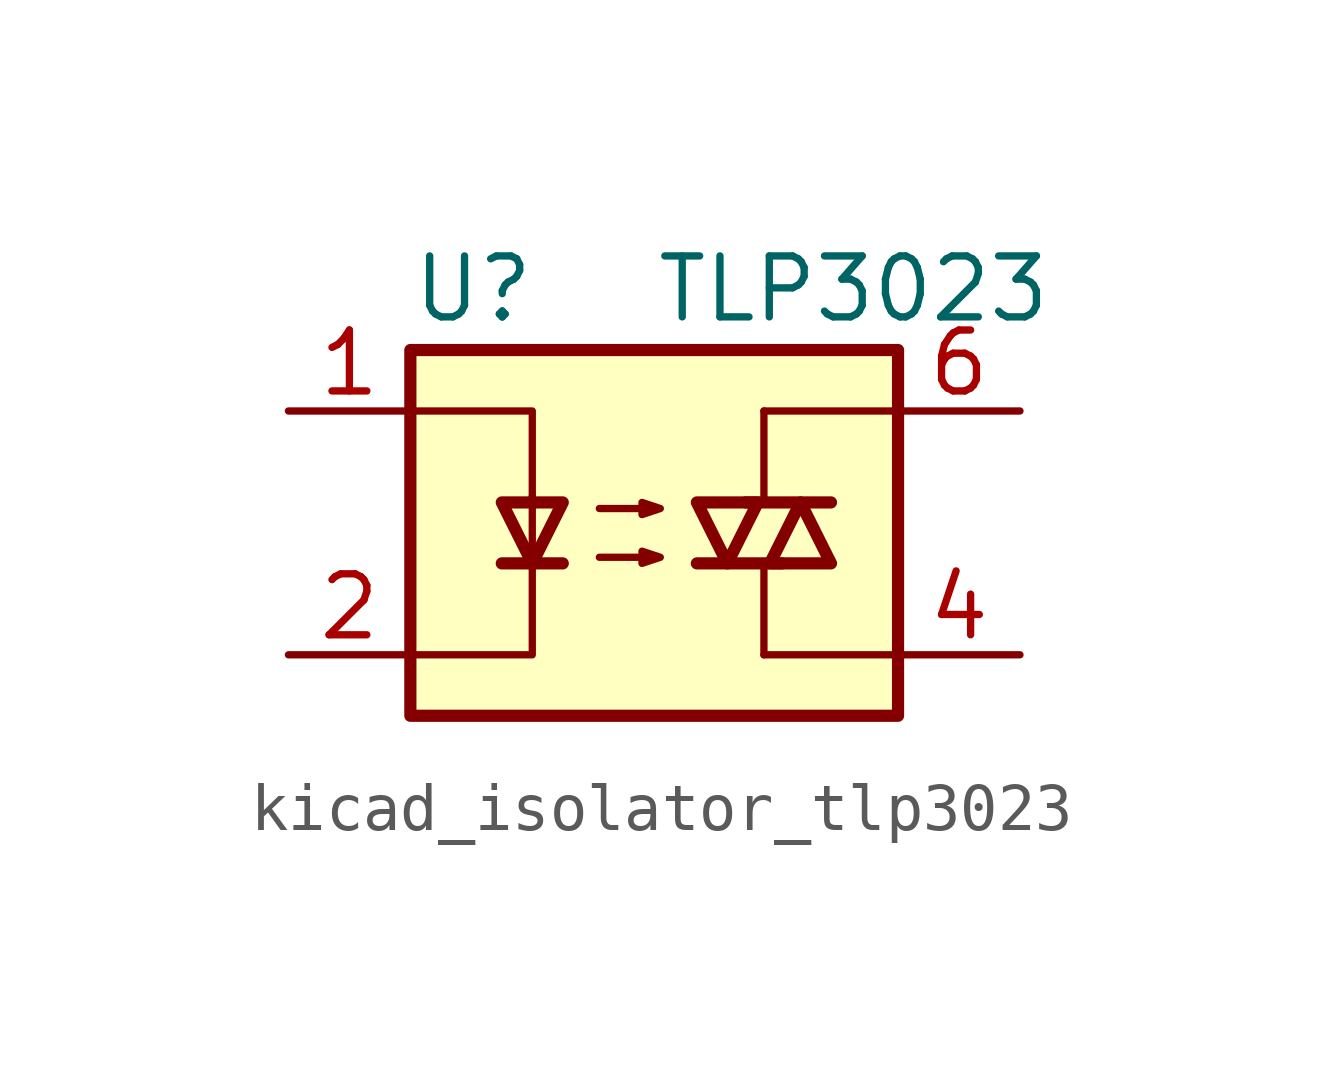
<source format=kicad_sym>
(kicad_symbol_lib
  (version 20220914)
  (generator kicad_symbol_editor)
  (symbol "kicad_isolator_tlp3023"
    (pin_names
      (offset 1.016))
    (property "Reference" "U"
      (at -5.08 5.08 0)
      (effects (font (size 1.27 1.27)) (justify left)))
    (property "Value" "TLP3023"
      (at 0 5.08 0)
      (effects (font (size 1.27 1.27)) (justify left)))
    (symbol "kicad_isolator_tlp3023_0_1"
      (rectangle (start -5.08 3.81) (end 5.08 -3.81) (stroke (width 0.254) (type default)) (fill (type background)))
      (polyline (pts (xy -3.175 -0.635) (xy -1.905 -0.635)) (stroke (width 0.254) (type default)) (fill (type none)))
      (polyline (pts (xy 1.905 0.635) (xy 3.683 0.635)) (stroke (width 0.254) (type default)) (fill (type none)))
      (polyline (pts (xy 2.286 -2.54) (xy 2.286 -0.635)) (stroke (width 0) (type default)) (fill (type none)))
      (polyline (pts (xy 2.286 -2.54) (xy 5.08 -2.54)) (stroke (width 0) (type default)) (fill (type none)))
      (polyline (pts (xy 2.286 2.54) (xy 2.286 0.635)) (stroke (width 0) (type default)) (fill (type none)))
      (polyline (pts (xy 2.286 2.54) (xy 5.08 2.54)) (stroke (width 0) (type default)) (fill (type none)))
      (polyline (pts (xy 2.667 -0.635) (xy 0.889 -0.635)) (stroke (width 0.254) (type default)) (fill (type none)))
      (polyline (pts (xy -5.08 2.54) (xy -2.54 2.54) (xy -2.54 0.635)) (stroke (width 0) (type default)) (fill (type none)))
      (polyline (pts (xy -2.54 0.762) (xy -2.54 -2.54) (xy -5.08 -2.54)) (stroke (width 0) (type default)) (fill (type none)))
      (polyline (pts (xy -2.54 -0.635) (xy -3.175 0.635) (xy -1.905 0.635) (xy -2.54 -0.635)) (stroke (width 0.254) (type default)) (fill (type none)))
      (polyline (pts (xy 1.524 -0.635) (xy 2.159 0.635) (xy 0.889 0.635) (xy 1.524 -0.635)) (stroke (width 0.254) (type default)) (fill (type none)))
      (polyline (pts (xy 3.048 0.635) (xy 2.413 -0.635) (xy 3.683 -0.635) (xy 3.048 0.635)) (stroke (width 0.254) (type default)) (fill (type none)))
      (polyline (pts (xy -1.143 -0.508) (xy 0.127 -0.508) (xy -0.254 -0.635) (xy -0.254 -0.381) (xy 0.127 -0.508)) (stroke (width 0) (type default)) (fill (type none)))
      (polyline (pts (xy -1.143 0.508) (xy 0.127 0.508) (xy -0.254 0.381) (xy -0.254 0.635) (xy 0.127 0.508)) (stroke (width 0) (type default)) (fill (type none))))
    (symbol "kicad_isolator_tlp3023_1_1"
      (pin passive line (at -7.62 2.54 0) (length 2.54) (name "~" (effects (font (size 1.27 1.27)))) (number "1" (effects (font (size 1.27 1.27)))))
      (pin passive line (at -7.62 -2.54 0) (length 2.54) (name "~" (effects (font (size 1.27 1.27)))) (number "2" (effects (font (size 1.27 1.27)))))
      (pin no_connect line (at -5.08 0 0) (length 2.54) hide (name "NC" (effects (font (size 1.27 1.27)))) (number "3" (effects (font (size 1.27 1.27)))))
      (pin passive line (at 7.62 -2.54 180) (length 2.54) (name "~" (effects (font (size 1.27 1.27)))) (number "4" (effects (font (size 1.27 1.27)))))
      (pin passive line (at 7.62 2.54 180) (length 2.54) (name "~" (effects (font (size 1.27 1.27)))) (number "6" (effects (font (size 1.27 1.27))))))))
</source>
